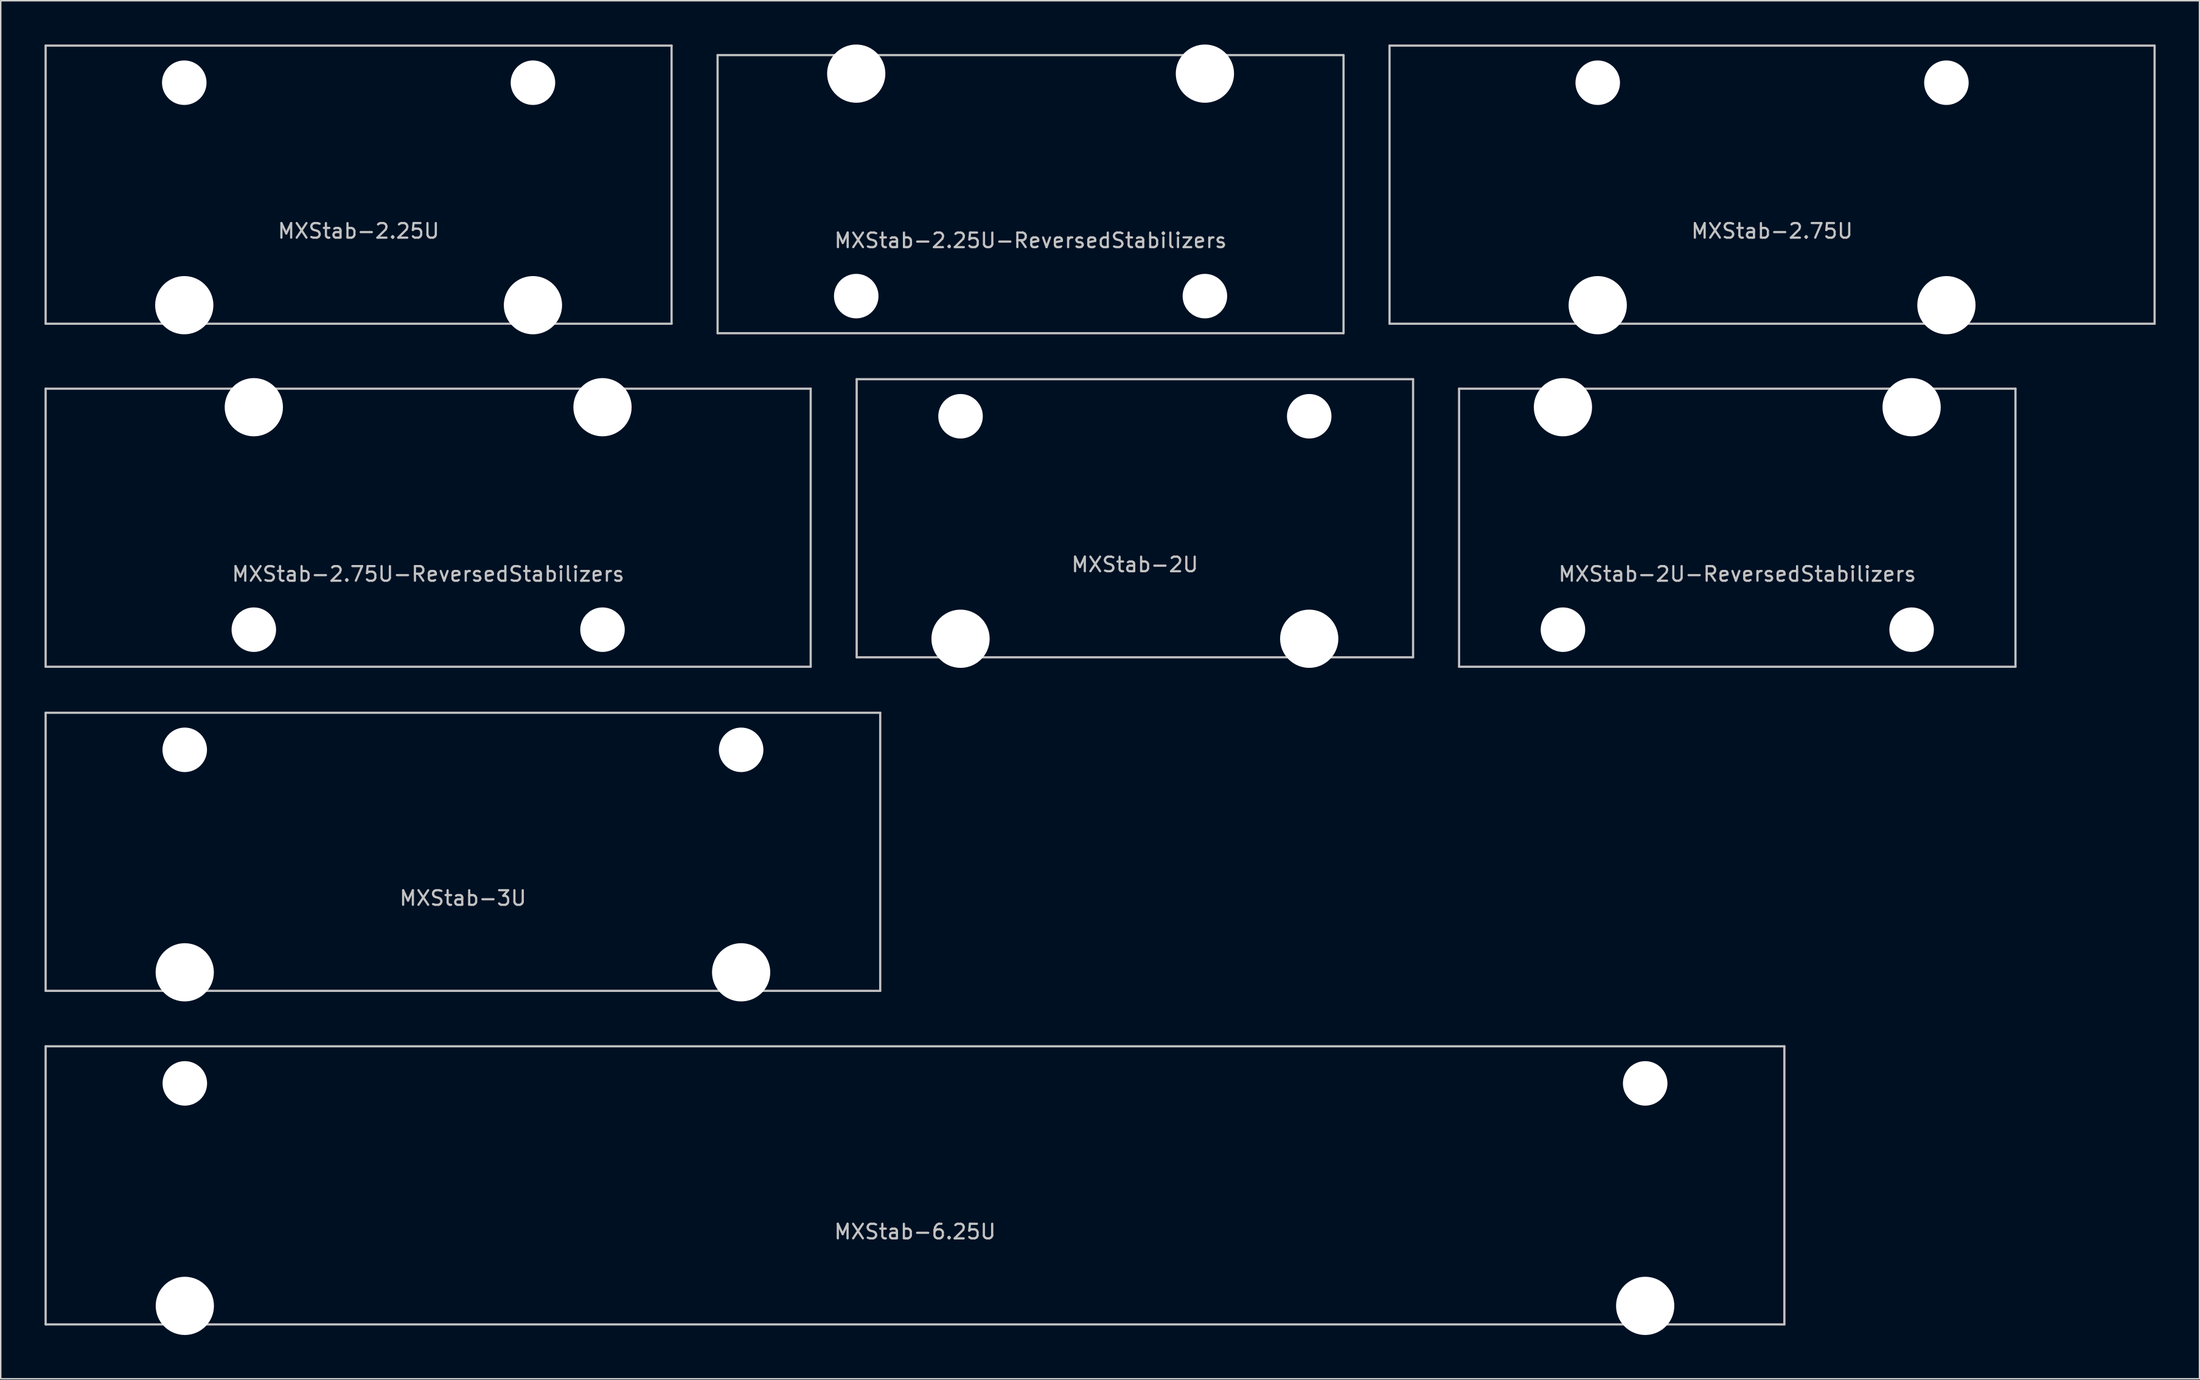
<source format=kicad_pcb>
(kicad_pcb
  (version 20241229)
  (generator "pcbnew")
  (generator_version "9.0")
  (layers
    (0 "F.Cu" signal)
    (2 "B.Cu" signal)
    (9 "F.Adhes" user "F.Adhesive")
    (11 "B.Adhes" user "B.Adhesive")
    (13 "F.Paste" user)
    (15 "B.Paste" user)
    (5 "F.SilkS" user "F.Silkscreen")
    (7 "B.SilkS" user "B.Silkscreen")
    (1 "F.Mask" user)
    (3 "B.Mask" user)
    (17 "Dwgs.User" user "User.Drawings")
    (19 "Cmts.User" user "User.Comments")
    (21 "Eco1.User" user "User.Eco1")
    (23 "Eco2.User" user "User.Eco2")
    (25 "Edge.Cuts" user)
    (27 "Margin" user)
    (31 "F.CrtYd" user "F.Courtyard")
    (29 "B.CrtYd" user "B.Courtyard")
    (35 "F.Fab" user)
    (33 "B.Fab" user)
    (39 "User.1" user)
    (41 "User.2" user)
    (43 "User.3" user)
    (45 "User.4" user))
  (footprint "MXStab-2.25U"
    (layer "F.Cu")
    (at 21.506 9.6)
    (property "Reference" "MXStab-2.25U" (at 0 3.175 0) (layer "Dwgs.User") (effects (font (size 1 1) (thickness 0.15))))
    (attr through_hole)
    (fp_line (start -21.431 -9.525) (end 21.431 -9.525) (stroke (width 0.15) (type solid)) (layer "Dwgs.User"))
    (fp_line (start -21.431 9.525) (end -21.431 -9.525) (stroke (width 0.15) (type solid)) (layer "Dwgs.User"))
    (fp_line (start -21.431 9.525) (end 21.431 9.525) (stroke (width 0.15) (type solid)) (layer "Dwgs.User"))
    (fp_line (start 21.431 -9.525) (end 21.431 9.525) (stroke (width 0.15) (type solid)) (layer "Dwgs.User"))
    (pad "" np_thru_hole circle (at -11.938 -6.985) (size 3.048 3.048) (drill 3.048) (layers "*.Cu" "*.Mask"))
    (pad "" np_thru_hole circle (at -11.938 8.255) (size 3.988 3.988) (drill 3.988) (layers "*.Cu" "*.Mask"))
    (pad "" np_thru_hole circle (at 11.938 -6.985) (size 3.048 3.048) (drill 3.048) (layers "*.Cu" "*.Mask"))
    (pad "" np_thru_hole circle (at 11.938 8.255) (size 3.988 3.988) (drill 3.988) (layers "*.Cu" "*.Mask")))
  (footprint "MXStab-2.75U-ReversedStabilizers"
    (layer "F.Cu")
    (at 26.269 33.098)
    (property "Reference" "MXStab-2.75U-ReversedStabilizers" (at 0 3.175 0) (layer "Dwgs.User") (effects (font (size 1 1) (thickness 0.15))))
    (attr through_hole)
    (fp_line (start -26.194 -9.525) (end 26.194 -9.525) (stroke (width 0.15) (type solid)) (layer "Dwgs.User"))
    (fp_line (start -26.194 9.525) (end -26.194 -9.525) (stroke (width 0.15) (type solid)) (layer "Dwgs.User"))
    (fp_line (start -26.194 9.525) (end 26.194 9.525) (stroke (width 0.15) (type solid)) (layer "Dwgs.User"))
    (fp_line (start 26.194 -9.525) (end 26.194 9.525) (stroke (width 0.15) (type solid)) (layer "Dwgs.User"))
    (pad "" np_thru_hole circle (at -11.938 -8.255) (size 3.988 3.988) (drill 3.988) (layers "*.Cu" "*.Mask"))
    (pad "" np_thru_hole circle (at -11.938 6.985) (size 3.048 3.048) (drill 3.048) (layers "*.Cu" "*.Mask"))
    (pad "" np_thru_hole circle (at 11.938 -8.255) (size 3.988 3.988) (drill 3.988) (layers "*.Cu" "*.Mask"))
    (pad "" np_thru_hole circle (at 11.938 6.985) (size 3.048 3.048) (drill 3.048) (layers "*.Cu" "*.Mask")))
  (footprint "MXStab-2U-ReversedStabilizers"
    (layer "F.Cu")
    (at 115.912 33.098)
    (property "Reference" "MXStab-2U-ReversedStabilizers" (at 0 3.175 0) (layer "Dwgs.User") (effects (font (size 1 1) (thickness 0.15))))
    (attr through_hole)
    (fp_line (start -19.05 -9.525) (end 19.05 -9.525) (stroke (width 0.15) (type solid)) (layer "Dwgs.User"))
    (fp_line (start -19.05 9.525) (end -19.05 -9.525) (stroke (width 0.15) (type solid)) (layer "Dwgs.User"))
    (fp_line (start -19.05 9.525) (end 19.05 9.525) (stroke (width 0.15) (type solid)) (layer "Dwgs.User"))
    (fp_line (start 19.05 -9.525) (end 19.05 9.525) (stroke (width 0.15) (type solid)) (layer "Dwgs.User"))
    (pad "" np_thru_hole circle (at -11.938 -8.255) (size 3.988 3.988) (drill 3.988) (layers "*.Cu" "*.Mask"))
    (pad "" np_thru_hole circle (at -11.938 6.985) (size 3.048 3.048) (drill 3.048) (layers "*.Cu" "*.Mask"))
    (pad "" np_thru_hole circle (at 11.938 -8.255) (size 3.988 3.988) (drill 3.988) (layers "*.Cu" "*.Mask"))
    (pad "" np_thru_hole circle (at 11.938 6.985) (size 3.048 3.048) (drill 3.048) (layers "*.Cu" "*.Mask")))
  (footprint "MXStab-3U"
    (layer "F.Cu")
    (at 28.65 55.298)
    (property "Reference" "MXStab-3U" (at 0 3.175 0) (layer "Dwgs.User") (effects (font (size 1 1) (thickness 0.15))))
    (attr through_hole)
    (fp_line (start -28.575 -9.525) (end 28.575 -9.525) (stroke (width 0.15) (type solid)) (layer "Dwgs.User"))
    (fp_line (start -28.575 9.525) (end -28.575 -9.525) (stroke (width 0.15) (type solid)) (layer "Dwgs.User"))
    (fp_line (start -28.575 9.525) (end 28.575 9.525) (stroke (width 0.15) (type solid)) (layer "Dwgs.User"))
    (fp_line (start 28.575 -9.525) (end 28.575 9.525) (stroke (width 0.15) (type solid)) (layer "Dwgs.User"))
    (pad "" np_thru_hole circle (at -19.05 -6.985) (size 3.048 3.048) (drill 3.048) (layers "*.Cu" "*.Mask"))
    (pad "" np_thru_hole circle (at -19.05 8.255) (size 3.988 3.988) (drill 3.988) (layers "*.Cu" "*.Mask"))
    (pad "" np_thru_hole circle (at 19.05 -6.985) (size 3.048 3.048) (drill 3.048) (layers "*.Cu" "*.Mask"))
    (pad "" np_thru_hole circle (at 19.05 8.255) (size 3.988 3.988) (drill 3.988) (layers "*.Cu" "*.Mask")))
  (footprint "MXStab-2.75U"
    (layer "F.Cu")
    (at 118.294 9.6)
    (property "Reference" "MXStab-2.75U" (at 0 3.175 0) (layer "Dwgs.User") (effects (font (size 1 1) (thickness 0.15))))
    (attr through_hole)
    (fp_line (start -26.194 -9.525) (end 26.194 -9.525) (stroke (width 0.15) (type solid)) (layer "Dwgs.User"))
    (fp_line (start -26.194 9.525) (end -26.194 -9.525) (stroke (width 0.15) (type solid)) (layer "Dwgs.User"))
    (fp_line (start -26.194 9.525) (end 26.194 9.525) (stroke (width 0.15) (type solid)) (layer "Dwgs.User"))
    (fp_line (start 26.194 -9.525) (end 26.194 9.525) (stroke (width 0.15) (type solid)) (layer "Dwgs.User"))
    (pad "" np_thru_hole circle (at -11.938 -6.985) (size 3.048 3.048) (drill 3.048) (layers "*.Cu" "*.Mask"))
    (pad "" np_thru_hole circle (at -11.938 8.255) (size 3.988 3.988) (drill 3.988) (layers "*.Cu" "*.Mask"))
    (pad "" np_thru_hole circle (at 11.938 -6.985) (size 3.048 3.048) (drill 3.048) (layers "*.Cu" "*.Mask"))
    (pad "" np_thru_hole circle (at 11.938 8.255) (size 3.988 3.988) (drill 3.988) (layers "*.Cu" "*.Mask")))
  (footprint "MXStab-2.25U-ReversedStabilizers"
    (layer "F.Cu")
    (at 67.519 10.249)
    (property "Reference" "MXStab-2.25U-ReversedStabilizers" (at 0 3.175 0) (layer "Dwgs.User") (effects (font (size 1 1) (thickness 0.15))))
    (attr through_hole)
    (fp_line (start -21.431 -9.525) (end 21.431 -9.525) (stroke (width 0.15) (type solid)) (layer "Dwgs.User"))
    (fp_line (start -21.431 9.525) (end -21.431 -9.525) (stroke (width 0.15) (type solid)) (layer "Dwgs.User"))
    (fp_line (start -21.431 9.525) (end 21.431 9.525) (stroke (width 0.15) (type solid)) (layer "Dwgs.User"))
    (fp_line (start 21.431 -9.525) (end 21.431 9.525) (stroke (width 0.15) (type solid)) (layer "Dwgs.User"))
    (pad "" np_thru_hole circle (at -11.938 -8.255) (size 3.988 3.988) (drill 3.988) (layers "*.Cu" "*.Mask"))
    (pad "" np_thru_hole circle (at -11.938 6.985) (size 3.048 3.048) (drill 3.048) (layers "*.Cu" "*.Mask"))
    (pad "" np_thru_hole circle (at 11.938 -8.255) (size 3.988 3.988) (drill 3.988) (layers "*.Cu" "*.Mask"))
    (pad "" np_thru_hole circle (at 11.938 6.985) (size 3.048 3.048) (drill 3.048) (layers "*.Cu" "*.Mask")))
  (footprint "MXStab-6.25U"
    (layer "F.Cu")
    (at 59.606 78.147)
    (property "Reference" "MXStab-6.25U" (at 0 3.175 0) (layer "Dwgs.User") (effects (font (size 1 1) (thickness 0.15))))
    (attr through_hole)
    (fp_line (start -59.531 -9.525) (end 59.531 -9.525) (stroke (width 0.15) (type solid)) (layer "Dwgs.User"))
    (fp_line (start -59.531 9.525) (end -59.531 -9.525) (stroke (width 0.15) (type solid)) (layer "Dwgs.User"))
    (fp_line (start -59.531 9.525) (end 59.531 9.525) (stroke (width 0.15) (type solid)) (layer "Dwgs.User"))
    (fp_line (start 59.531 -9.525) (end 59.531 9.525) (stroke (width 0.15) (type solid)) (layer "Dwgs.User"))
    (pad "" np_thru_hole circle (at -50 -6.985) (size 3.048 3.048) (drill 3.048) (layers "*.Cu" "*.Mask"))
    (pad "" np_thru_hole circle (at -50 8.255) (size 3.988 3.988) (drill 3.988) (layers "*.Cu" "*.Mask"))
    (pad "" np_thru_hole circle (at 50 -6.985) (size 3.048 3.048) (drill 3.048) (layers "*.Cu" "*.Mask"))
    (pad "" np_thru_hole circle (at 50 8.255) (size 3.988 3.988) (drill 3.988) (layers "*.Cu" "*.Mask")))
  (footprint "MXStab-2U"
    (layer "F.Cu")
    (at 74.662 32.449)
    (property "Reference" "MXStab-2U" (at 0 3.175 0) (layer "Dwgs.User") (effects (font (size 1 1) (thickness 0.15))))
    (attr through_hole)
    (fp_line (start -19.05 -9.525) (end 19.05 -9.525) (stroke (width 0.15) (type solid)) (layer "Dwgs.User"))
    (fp_line (start -19.05 9.525) (end -19.05 -9.525) (stroke (width 0.15) (type solid)) (layer "Dwgs.User"))
    (fp_line (start -19.05 9.525) (end 19.05 9.525) (stroke (width 0.15) (type solid)) (layer "Dwgs.User"))
    (fp_line (start 19.05 -9.525) (end 19.05 9.525) (stroke (width 0.15) (type solid)) (layer "Dwgs.User"))
    (pad "" np_thru_hole circle (at -11.938 -6.985) (size 3.048 3.048) (drill 3.048) (layers "*.Cu" "*.Mask"))
    (pad "" np_thru_hole circle (at -11.938 8.255) (size 3.988 3.988) (drill 3.988) (layers "*.Cu" "*.Mask"))
    (pad "" np_thru_hole circle (at 11.938 -6.985) (size 3.048 3.048) (drill 3.048) (layers "*.Cu" "*.Mask"))
    (pad "" np_thru_hole circle (at 11.938 8.255) (size 3.988 3.988) (drill 3.988) (layers "*.Cu" "*.Mask")))
  (gr_rect
    (start -3 -3)
    (end 147.562 91.396)
    (stroke (width 0.1) (type default))
    (fill no)
    (layer "Edge.Cuts")))
</source>
